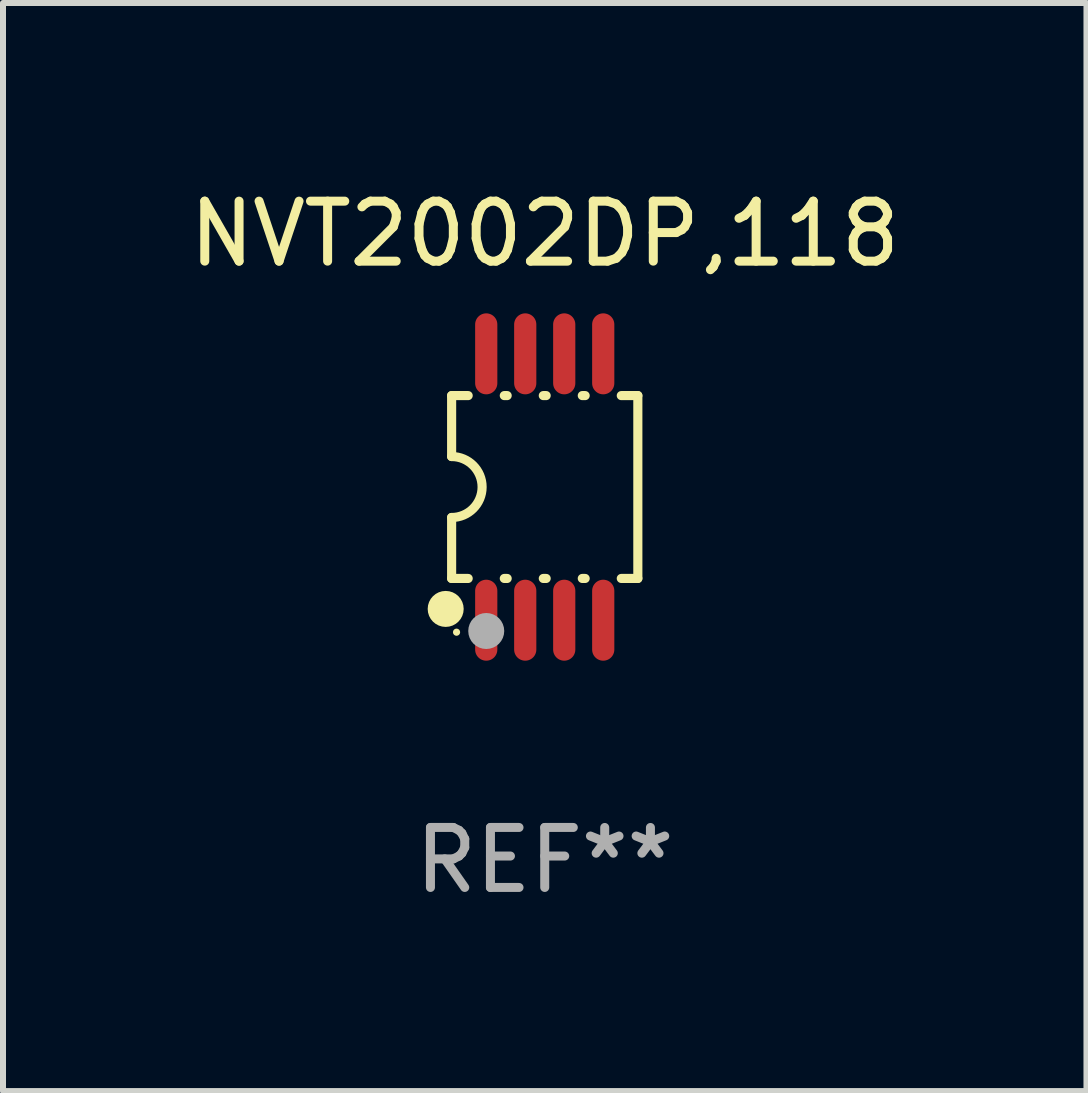
<source format=kicad_pcb>
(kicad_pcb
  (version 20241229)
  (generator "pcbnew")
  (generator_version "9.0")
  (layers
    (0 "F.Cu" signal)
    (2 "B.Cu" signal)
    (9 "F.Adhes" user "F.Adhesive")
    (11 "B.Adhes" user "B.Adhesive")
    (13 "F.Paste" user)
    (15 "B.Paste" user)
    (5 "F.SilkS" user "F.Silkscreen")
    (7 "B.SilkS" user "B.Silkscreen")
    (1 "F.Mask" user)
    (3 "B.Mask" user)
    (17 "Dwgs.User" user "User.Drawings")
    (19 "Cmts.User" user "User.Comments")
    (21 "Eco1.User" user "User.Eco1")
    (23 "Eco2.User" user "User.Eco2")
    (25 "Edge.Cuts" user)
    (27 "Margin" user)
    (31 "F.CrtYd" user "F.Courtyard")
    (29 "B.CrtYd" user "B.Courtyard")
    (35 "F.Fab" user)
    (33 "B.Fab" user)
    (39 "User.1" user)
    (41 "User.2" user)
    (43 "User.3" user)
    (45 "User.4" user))
  (footprint "NVT2002DP,118"
    (layer "F.Cu")
    (at 6.03 5.068)
    (property "Reference" "NVT2002DP,118" (at 0 -4.22 0) (layer "F.SilkS") (effects (font (size 1 1) (thickness 0.15))))
    (attr through_hole)
    (fp_line (start -1.552 -1.524) (end -1.276 -1.524) (stroke (width 0.152) (type solid)) (layer "F.SilkS"))
    (fp_line (start -1.552 -0.508) (end -1.552 -1.524) (stroke (width 0.152) (type solid)) (layer "F.SilkS"))
    (fp_line (start -1.552 1.524) (end -1.552 0.508) (stroke (width 0.152) (type solid)) (layer "F.SilkS"))
    (fp_line (start -1.552 1.524) (end -1.276 1.524) (stroke (width 0.152) (type solid)) (layer "F.SilkS"))
    (fp_line (start -0.674 -1.524) (end -0.626 -1.524) (stroke (width 0.152) (type solid)) (layer "F.SilkS"))
    (fp_line (start -0.674 1.524) (end -0.626 1.524) (stroke (width 0.152) (type solid)) (layer "F.SilkS"))
    (fp_line (start -0.024 -1.524) (end 0.024 -1.524) (stroke (width 0.152) (type solid)) (layer "F.SilkS"))
    (fp_line (start -0.024 1.524) (end 0.024 1.524) (stroke (width 0.152) (type solid)) (layer "F.SilkS"))
    (fp_line (start 0.626 -1.524) (end 0.674 -1.524) (stroke (width 0.152) (type solid)) (layer "F.SilkS"))
    (fp_line (start 0.626 1.524) (end 0.674 1.524) (stroke (width 0.152) (type solid)) (layer "F.SilkS"))
    (fp_line (start 1.276 1.524) (end 1.552 1.524) (stroke (width 0.152) (type solid)) (layer "F.SilkS"))
    (fp_line (start 1.276 -1.524) (end 1.552 -1.524) (stroke (width 0.152) (type solid)) (layer "F.SilkS"))
    (fp_line (start 1.552 -1.524) (end 1.552 1.524) (stroke (width 0.152) (type solid)) (layer "F.SilkS"))
    (fp_arc (start -1.551943 -0.508001) (mid -1.043942 0) (end -1.551943 0.508001) (stroke (width 0.151994) (type solid)) (layer "F.SilkS"))
    (fp_circle (center -1.651 2.032) (end -1.501 2.032) (stroke (width 0.3) (type solid)) (fill no) (layer "F.SilkS"))
    (fp_circle (center -1.47 2.42) (end -1.44 2.42) (stroke (width 0.06) (type solid)) (fill no) (layer "F.SilkS"))
    (fp_circle (center -0.975 2.4) (end -0.825 2.4) (stroke (width 0.3) (type solid)) (fill no) (layer "F.Fab"))
    (fp_text user "REF**" (at 0 6.22 0) (layer "F.Fab") (effects (font (size 1 1) (thickness 0.15))))
    (pad "1" smd oval (at -0.975 2.22) (size 0.37 1.35) (layers "F.Cu" "F.Mask" "F.Paste"))
    (pad "2" smd oval (at -0.325 2.22) (size 0.37 1.35) (layers "F.Cu" "F.Mask" "F.Paste"))
    (pad "3" smd oval (at 0.325 2.22) (size 0.37 1.35) (layers "F.Cu" "F.Mask" "F.Paste"))
    (pad "4" smd oval (at 0.975 2.22) (size 0.37 1.35) (layers "F.Cu" "F.Mask" "F.Paste"))
    (pad "5" smd oval (at 0.975 -2.22) (size 0.37 1.35) (layers "F.Cu" "F.Mask" "F.Paste"))
    (pad "6" smd oval (at 0.325 -2.22) (size 0.37 1.35) (layers "F.Cu" "F.Mask" "F.Paste"))
    (pad "7" smd oval (at -0.325 -2.22) (size 0.37 1.35) (layers "F.Cu" "F.Mask" "F.Paste"))
    (pad "8" smd oval (at -0.975 -2.22) (size 0.37 1.35) (layers "F.Cu" "F.Mask" "F.Paste")))
  (gr_rect
    (start -3 -3)
    (end 15.06 15.137)
    (stroke (width 0.1) (type default))
    (fill no)
    (layer "Edge.Cuts")))
</source>
